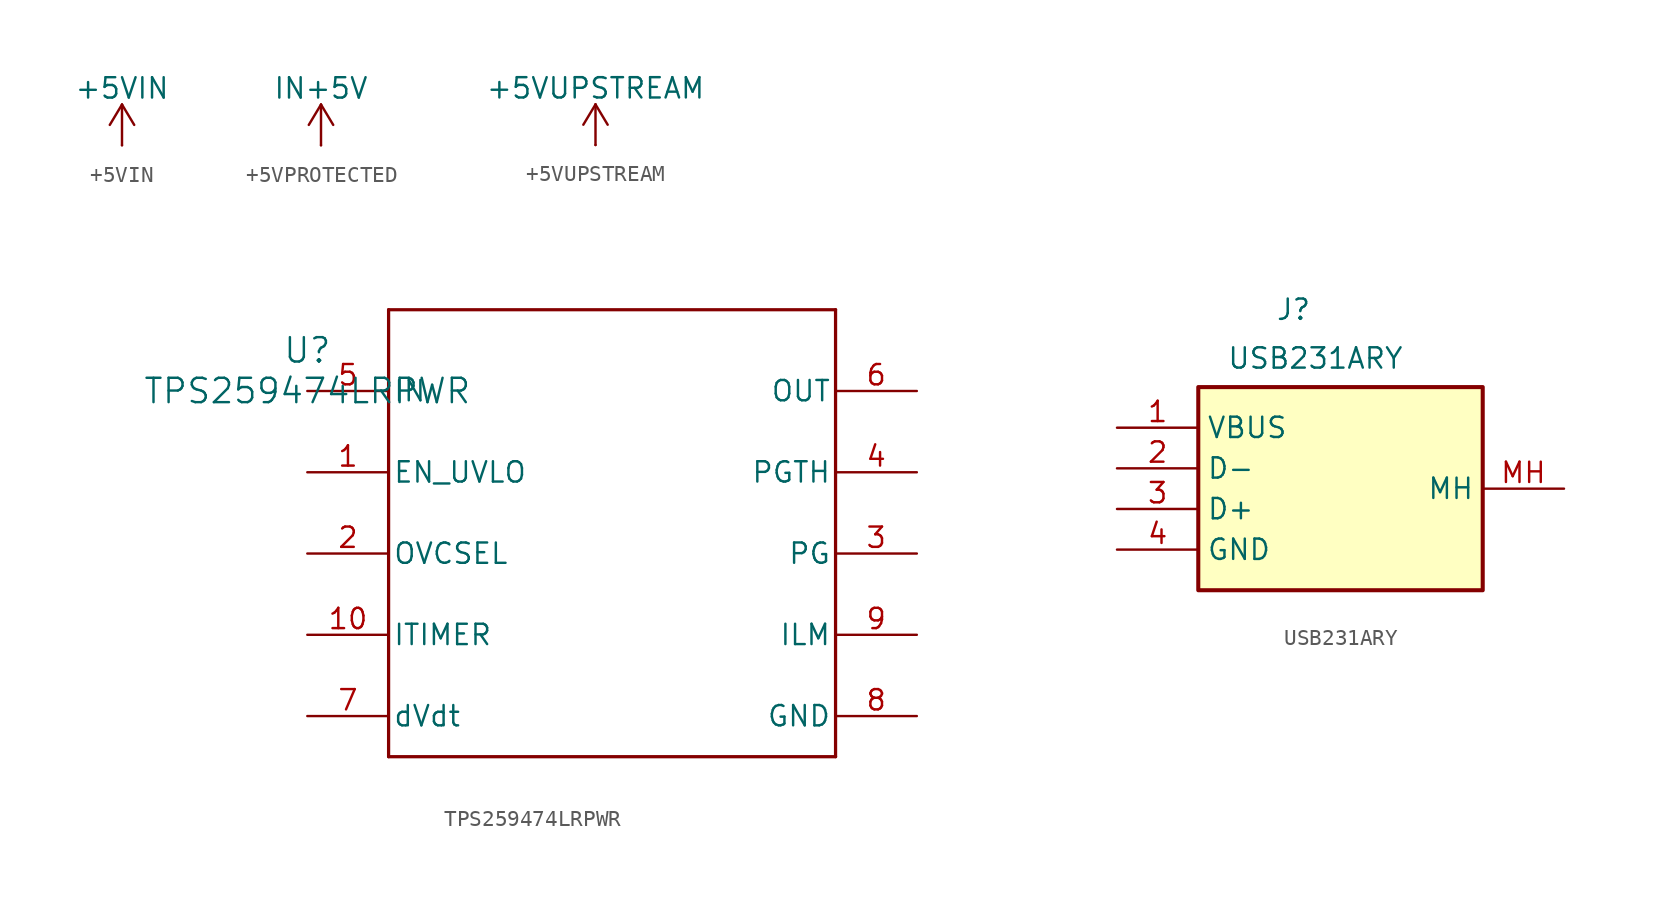
<source format=kicad_sym>
(kicad_symbol_lib
  (version 20241209)
  (generator "kicad_symbol_editor")
  (generator_version "9.0")
  (symbol "+5VIN"
    (power)
    (pin_numbers
      (hide yes))
    (pin_names
      (offset 0)
      (hide yes))
    (property "Reference" "#PWR"
      (at 0 -3.81 0)
      (effects (font (size 1.27 1.27)) (hide yes)))
    (property "Value" "+5VIN"
      (at 0 3.556 0)
      (effects (font (size 1.27 1.27))))
    (symbol "+5VIN_0_1"
      (polyline (pts (xy -0.762 1.27) (xy 0 2.54)) (stroke (width 0) (type default)) (fill (type none)))
      (polyline (pts (xy 0 2.54) (xy 0.762 1.27)) (stroke (width 0) (type default)) (fill (type none)))
      (polyline (pts (xy 0 0) (xy 0 2.54)) (stroke (width 0) (type default)) (fill (type none))))
    (symbol "+5VIN_1_1"
      (pin power_in line (at 0 0 90) (length 0) (name "~" (effects (font (size 1.27 1.27)))) (number "1" (effects (font (size 1.27 1.27)))))))
  (symbol "+5VPROTECTED"
    (power)
    (pin_numbers
      (hide yes))
    (pin_names
      (offset 0)
      (hide yes))
    (property "Reference" "#PWR"
      (at 0 -3.81 0)
      (effects (font (size 1.27 1.27)) (hide yes)))
    (property "Value" "IN+5V"
      (at 0 3.556 0)
      (effects (font (size 1.27 1.27))))
    (symbol "+5VPROTECTED_0_1"
      (polyline (pts (xy -0.762 1.27) (xy 0 2.54)) (stroke (width 0) (type default)) (fill (type none)))
      (polyline (pts (xy 0 2.54) (xy 0.762 1.27)) (stroke (width 0) (type default)) (fill (type none)))
      (polyline (pts (xy 0 0) (xy 0 2.54)) (stroke (width 0) (type default)) (fill (type none))))
    (symbol "+5VPROTECTED_1_1"
      (pin power_in line (at 0 0 90) (length 0) (name "~" (effects (font (size 1.27 1.27)))) (number "1" (effects (font (size 1.27 1.27)))))))
  (symbol "+5VUPSTREAM"
    (power)
    (pin_numbers
      (hide yes))
    (pin_names
      (offset 0)
      (hide yes))
    (property "Reference" "#PWR"
      (at 0 -3.81 0)
      (effects (font (size 1.27 1.27)) (hide yes)))
    (property "Value" "+5VUPSTREAM"
      (at 0 3.556 0)
      (effects (font (size 1.27 1.27))))
    (symbol "+5VUPSTREAM_0_1"
      (polyline (pts (xy -0.762 1.27) (xy 0 2.54)) (stroke (width 0) (type default)) (fill (type none)))
      (polyline (pts (xy 0 2.54) (xy 0.762 1.27)) (stroke (width 0) (type default)) (fill (type none)))
      (polyline (pts (xy 0 0) (xy 0 2.54)) (stroke (width 0) (type default)) (fill (type none))))
    (symbol "+5VUPSTREAM_1_1"
      (pin power_in line (at 0 0 90) (length 0) (name "~" (effects (font (size 1.27 1.27)))) (number "1" (effects (font (size 1.27 1.27)))))))
  (symbol "TPS259474LRPWR"
    (pin_names
      (offset 0.254))
    (property "Reference" "U"
      (at 0 2.54 0)
      (effects (font (size 1.524 1.524))))
    (property "Value" "TPS259474LRPWR"
      (at 0 0 0)
      (effects (font (size 1.524 1.524))))
    (symbol "TPS259474LRPWR_0_1"
      (polyline (pts (xy 5.08 5.08) (xy 5.08 -22.86)) (stroke (width 0.203) (type default)) (fill (type none)))
      (polyline (pts (xy 5.08 -22.86) (xy 33.02 -22.86)) (stroke (width 0.203) (type default)) (fill (type none)))
      (polyline (pts (xy 33.02 5.08) (xy 5.08 5.08)) (stroke (width 0.203) (type default)) (fill (type none)))
      (polyline (pts (xy 33.02 -22.86) (xy 33.02 5.08)) (stroke (width 0.203) (type default)) (fill (type none)))
      (pin power_in line (at 0 0 0) (length 5.08) (name "IN" (effects (font (size 1.27 1.27)))) (number "5" (effects (font (size 1.27 1.27)))))
      (pin input line (at 0 -5.08 0) (length 5.08) (name "EN_UVLO" (effects (font (size 1.27 1.27)))) (number "1" (effects (font (size 1.27 1.27)))))
      (pin input line (at 0 -10.16 0) (length 5.08) (name "OVCSEL" (effects (font (size 1.27 1.27)))) (number "2" (effects (font (size 1.27 1.27)))))
      (pin output line (at 0 -15.24 0) (length 5.08) (name "ITIMER" (effects (font (size 1.27 1.27)))) (number "10" (effects (font (size 1.27 1.27)))))
      (pin output line (at 0 -20.32 0) (length 5.08) (name "dVdt" (effects (font (size 1.27 1.27)))) (number "7" (effects (font (size 1.27 1.27)))))
      (pin power_in line (at 38.1 0 180) (length 5.08) (name "OUT" (effects (font (size 1.27 1.27)))) (number "6" (effects (font (size 1.27 1.27)))))
      (pin input line (at 38.1 -5.08 180) (length 5.08) (name "PGTH" (effects (font (size 1.27 1.27)))) (number "4" (effects (font (size 1.27 1.27)))))
      (pin output line (at 38.1 -10.16 180) (length 5.08) (name "PG" (effects (font (size 1.27 1.27)))) (number "3" (effects (font (size 1.27 1.27)))))
      (pin output line (at 38.1 -15.24 180) (length 5.08) (name "ILM" (effects (font (size 1.27 1.27)))) (number "9" (effects (font (size 1.27 1.27)))))
      (pin power_in line (at 38.1 -20.32 180) (length 5.08) (name "GND" (effects (font (size 1.27 1.27)))) (number "8" (effects (font (size 1.27 1.27)))))))
  (symbol "USB231ARY"
    (property "Reference" "J"
      (at 9.906 8.128 0)
      (effects (font (size 1.27 1.27)) (justify left top)))
    (property "Value" "USB231ARY"
      (at 6.858 5.08 0)
      (effects (font (size 1.27 1.27)) (justify left top)))
    (symbol "USB231ARY_1_1"
      (rectangle (start 5.08 2.54) (end 22.86 -10.16) (stroke (width 0.254) (type default)) (fill (type background)))
      (pin passive line (at 0 0 0) (length 5.08) (name "VBUS" (effects (font (size 1.27 1.27)))) (number "1" (effects (font (size 1.27 1.27)))))
      (pin passive line (at 0 -2.54 0) (length 5.08) (name "D-" (effects (font (size 1.27 1.27)))) (number "2" (effects (font (size 1.27 1.27)))))
      (pin passive line (at 0 -5.08 0) (length 5.08) (name "D+" (effects (font (size 1.27 1.27)))) (number "3" (effects (font (size 1.27 1.27)))))
      (pin passive line (at 0 -7.62 0) (length 5.08) (name "GND" (effects (font (size 1.27 1.27)))) (number "4" (effects (font (size 1.27 1.27)))))
      (pin passive line (at 27.94 -3.81 180) (length 5.08) (name "MH" (effects (font (size 1.27 1.27)))) (number "MH" (effects (font (size 1.27 1.27))))))))
</source>
